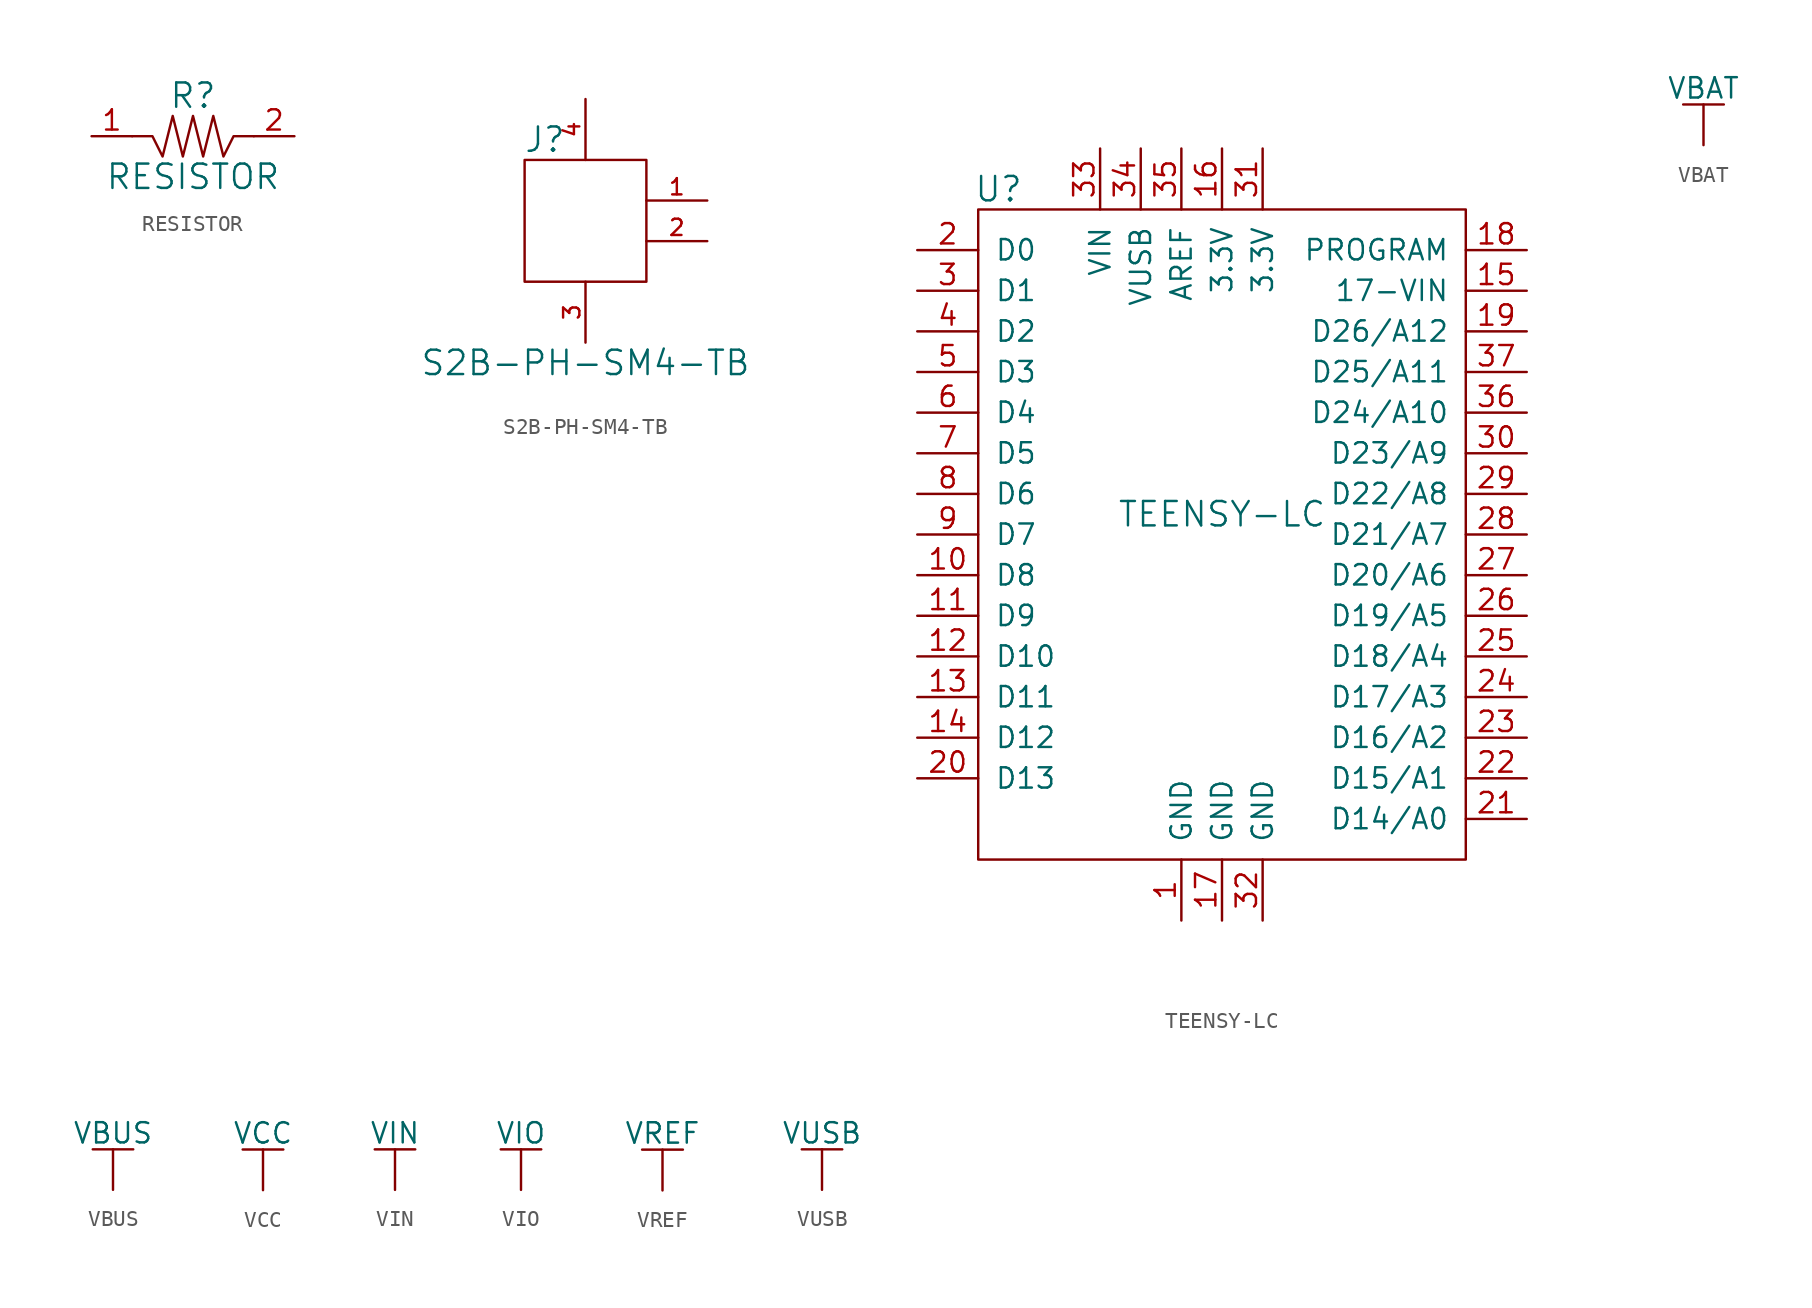
<source format=kicad_sym>
(kicad_symbol_lib
  (version 20211014)
  (generator kicad_symbol_editor)
  (symbol "RESISTOR"
    (pin_names
      (offset 1.016))
    (property "Reference" "R"
      (at 0 2.54 0)
      (effects (font (size 1.524 1.524))))
    (property "Value" "RESISTOR"
      (at 0 -2.54 0)
      (effects (font (size 1.524 1.524))))
    (property "Datasheet" ""
      (at 0 0 0)
      (effects (font (size 1.524 1.524))))
    (symbol "RESISTOR_0_1"
      (polyline (pts (xy -3.81 0) (xy -2.54 0) (xy -1.905 -1.27) (xy -1.27 1.27) (xy -0.635 -1.27) (xy 0 1.27) (xy 0.635 -1.27) (xy 1.27 1.27) (xy 1.905 -1.27) (xy 2.54 0) (xy 3.81 0)) (stroke (width 0) (type default) (color 0 0 0 0)) (fill (type none))))
    (symbol "RESISTOR_1_1"
      (pin passive line (at -6.35 0 0) (length 2.54) (name "~" (effects (font (size 1.27 1.27)))) (number "1" (effects (font (size 1.27 1.27)))))
      (pin passive line (at 6.35 0 180) (length 2.54) (name "~" (effects (font (size 1.27 1.27)))) (number "2" (effects (font (size 1.27 1.27)))))))
  (symbol "S2B-PH-SM4-TB"
    (pin_names
      (offset 1.016))
    (property "Reference" "J"
      (at -2.54 5.08 0)
      (effects (font (size 1.524 1.524))))
    (property "Value" "S2B-PH-SM4-TB"
      (at 0 -8.89 0)
      (effects (font (size 1.524 1.524))))
    (property "Datasheet" ""
      (at -1.27 0 0)
      (effects (font (size 1.524 1.524))))
    (symbol "S2B-PH-SM4-TB_0_0"
      (rectangle (start -3.81 3.81) (end 3.81 -3.81) (stroke (width 0) (type default) (color 0 0 0 0)) (fill (type none))))
    (symbol "S2B-PH-SM4-TB_1_1"
      (pin input line (at 7.62 1.27 180) (length 3.81) (name "~" (effects (font (size 1.016 1.016)))) (number "1" (effects (font (size 1.016 1.016)))))
      (pin input line (at 7.62 -1.27 180) (length 3.81) (name "~" (effects (font (size 1.016 1.016)))) (number "2" (effects (font (size 1.016 1.016)))))
      (pin input line (at 0 -7.62 90) (length 3.81) (name "~" (effects (font (size 1.016 1.016)))) (number "3" (effects (font (size 1.016 1.016)))))
      (pin input line (at 0 7.62 270) (length 3.81) (name "~" (effects (font (size 1.016 1.016)))) (number "4" (effects (font (size 1.016 1.016)))))))
  (symbol "TEENSY-LC"
    (pin_names
      (offset 1.016))
    (property "Reference" "U"
      (at -13.97 20.32 0)
      (effects (font (size 1.524 1.524))))
    (property "Value" "TEENSY-LC"
      (at 0 0 0)
      (effects (font (size 1.524 1.524))))
    (property "Datasheet" ""
      (at -7.62 7.62 0)
      (effects (font (size 1.524 1.524))))
    (symbol "TEENSY-LC_0_1"
      (rectangle (start -15.24 19.05) (end 15.24 -21.59) (stroke (width 0) (type default) (color 0 0 0 0)) (fill (type none))))
    (symbol "TEENSY-LC_1_1"
      (pin power_in line (at -2.54 -25.4 90) (length 3.81) (name "GND" (effects (font (size 1.27 1.27)))) (number "1" (effects (font (size 1.27 1.27)))))
      (pin bidirectional line (at -19.05 -3.81 0) (length 3.81) (name "D8" (effects (font (size 1.27 1.27)))) (number "10" (effects (font (size 1.27 1.27)))))
      (pin bidirectional line (at -19.05 -6.35 0) (length 3.81) (name "D9" (effects (font (size 1.27 1.27)))) (number "11" (effects (font (size 1.27 1.27)))))
      (pin bidirectional line (at -19.05 -8.89 0) (length 3.81) (name "D10" (effects (font (size 1.27 1.27)))) (number "12" (effects (font (size 1.27 1.27)))))
      (pin bidirectional line (at -19.05 -11.43 0) (length 3.81) (name "D11" (effects (font (size 1.27 1.27)))) (number "13" (effects (font (size 1.27 1.27)))))
      (pin bidirectional line (at -19.05 -13.97 0) (length 3.81) (name "D12" (effects (font (size 1.27 1.27)))) (number "14" (effects (font (size 1.27 1.27)))))
      (pin bidirectional line (at 19.05 13.97 180) (length 3.81) (name "17-VIN" (effects (font (size 1.27 1.27)))) (number "15" (effects (font (size 1.27 1.27)))))
      (pin power_out line (at 0 22.86 270) (length 3.81) (name "3.3V" (effects (font (size 1.27 1.27)))) (number "16" (effects (font (size 1.27 1.27)))))
      (pin power_out line (at 0 -25.4 90) (length 3.81) (name "GND" (effects (font (size 1.27 1.27)))) (number "17" (effects (font (size 1.27 1.27)))))
      (pin input line (at 19.05 16.51 180) (length 3.81) (name "PROGRAM" (effects (font (size 1.27 1.27)))) (number "18" (effects (font (size 1.27 1.27)))))
      (pin power_out line (at 19.05 11.43 180) (length 3.81) (name "D26/A12" (effects (font (size 1.27 1.27)))) (number "19" (effects (font (size 1.27 1.27)))))
      (pin bidirectional line (at -19.05 16.51 0) (length 3.81) (name "D0" (effects (font (size 1.27 1.27)))) (number "2" (effects (font (size 1.27 1.27)))))
      (pin bidirectional line (at -19.05 -16.51 0) (length 3.81) (name "D13" (effects (font (size 1.27 1.27)))) (number "20" (effects (font (size 1.27 1.27)))))
      (pin bidirectional line (at 19.05 -19.05 180) (length 3.81) (name "D14/A0" (effects (font (size 1.27 1.27)))) (number "21" (effects (font (size 1.27 1.27)))))
      (pin bidirectional line (at 19.05 -16.51 180) (length 3.81) (name "D15/A1" (effects (font (size 1.27 1.27)))) (number "22" (effects (font (size 1.27 1.27)))))
      (pin bidirectional line (at 19.05 -13.97 180) (length 3.81) (name "D16/A2" (effects (font (size 1.27 1.27)))) (number "23" (effects (font (size 1.27 1.27)))))
      (pin bidirectional line (at 19.05 -11.43 180) (length 3.81) (name "D17/A3" (effects (font (size 1.27 1.27)))) (number "24" (effects (font (size 1.27 1.27)))))
      (pin bidirectional line (at 19.05 -8.89 180) (length 3.81) (name "D18/A4" (effects (font (size 1.27 1.27)))) (number "25" (effects (font (size 1.27 1.27)))))
      (pin bidirectional line (at 19.05 -6.35 180) (length 3.81) (name "D19/A5" (effects (font (size 1.27 1.27)))) (number "26" (effects (font (size 1.27 1.27)))))
      (pin bidirectional line (at 19.05 -3.81 180) (length 3.81) (name "D20/A6" (effects (font (size 1.27 1.27)))) (number "27" (effects (font (size 1.27 1.27)))))
      (pin bidirectional line (at 19.05 -1.27 180) (length 3.81) (name "D21/A7" (effects (font (size 1.27 1.27)))) (number "28" (effects (font (size 1.27 1.27)))))
      (pin bidirectional line (at 19.05 1.27 180) (length 3.81) (name "D22/A8" (effects (font (size 1.27 1.27)))) (number "29" (effects (font (size 1.27 1.27)))))
      (pin bidirectional line (at -19.05 13.97 0) (length 3.81) (name "D1" (effects (font (size 1.27 1.27)))) (number "3" (effects (font (size 1.27 1.27)))))
      (pin bidirectional line (at 19.05 3.81 180) (length 3.81) (name "D23/A9" (effects (font (size 1.27 1.27)))) (number "30" (effects (font (size 1.27 1.27)))))
      (pin power_out line (at 2.54 22.86 270) (length 3.81) (name "3.3V" (effects (font (size 1.27 1.27)))) (number "31" (effects (font (size 1.27 1.27)))))
      (pin power_in line (at 2.54 -25.4 90) (length 3.81) (name "GND" (effects (font (size 1.27 1.27)))) (number "32" (effects (font (size 1.27 1.27)))))
      (pin power_in line (at -7.62 22.86 270) (length 3.81) (name "VIN" (effects (font (size 1.27 1.27)))) (number "33" (effects (font (size 1.27 1.27)))))
      (pin power_in line (at -5.08 22.86 270) (length 3.81) (name "VUSB" (effects (font (size 1.27 1.27)))) (number "34" (effects (font (size 1.27 1.27)))))
      (pin power_in line (at -2.54 22.86 270) (length 3.81) (name "AREF" (effects (font (size 1.27 1.27)))) (number "35" (effects (font (size 1.27 1.27)))))
      (pin power_in line (at 19.05 6.35 180) (length 3.81) (name "D24/A10" (effects (font (size 1.27 1.27)))) (number "36" (effects (font (size 1.27 1.27)))))
      (pin power_in line (at 19.05 8.89 180) (length 3.81) (name "D25/A11" (effects (font (size 1.27 1.27)))) (number "37" (effects (font (size 1.27 1.27)))))
      (pin bidirectional line (at -19.05 11.43 0) (length 3.81) (name "D2" (effects (font (size 1.27 1.27)))) (number "4" (effects (font (size 1.27 1.27)))))
      (pin bidirectional line (at -19.05 8.89 0) (length 3.81) (name "D3" (effects (font (size 1.27 1.27)))) (number "5" (effects (font (size 1.27 1.27)))))
      (pin bidirectional line (at -19.05 6.35 0) (length 3.81) (name "D4" (effects (font (size 1.27 1.27)))) (number "6" (effects (font (size 1.27 1.27)))))
      (pin bidirectional line (at -19.05 3.81 0) (length 3.81) (name "D5" (effects (font (size 1.27 1.27)))) (number "7" (effects (font (size 1.27 1.27)))))
      (pin bidirectional line (at -19.05 1.27 0) (length 3.81) (name "D6" (effects (font (size 1.27 1.27)))) (number "8" (effects (font (size 1.27 1.27)))))
      (pin bidirectional line (at -19.05 -1.27 0) (length 3.81) (name "D7" (effects (font (size 1.27 1.27)))) (number "9" (effects (font (size 1.27 1.27)))))))
  (symbol "VBAT"
    (power)
    (pin_names
      (offset 0))
    (property "Reference" "#PWR"
      (at 0 -3.81 0)
      (effects (font (size 1.27 1.27)) hide))
    (property "Value" "VBAT"
      (at 0 3.556 0)
      (effects (font (size 1.27 1.27))))
    (property "Footprint" ""
      (at 0 0 0)
      (effects (font (size 1.524 1.524))))
    (property "Datasheet" ""
      (at 0 0 0)
      (effects (font (size 1.524 1.524))))
    (symbol "VBAT_0_1"
      (polyline (pts (xy -1.27 2.54) (xy 1.27 2.54)) (stroke (width 0) (type default) (color 0 0 0 0)) (fill (type none)))
      (polyline (pts (xy 0 0) (xy 0 2.54)) (stroke (width 0) (type default) (color 0 0 0 0)) (fill (type none))))
    (symbol "VBAT_1_1"
      (pin power_in line (at 0 0 90) (length 0) hide (name "VBAT" (effects (font (size 1.27 1.27)))) (number "1" (effects (font (size 1.27 1.27)))))))
  (symbol "VBUS"
    (power)
    (pin_names
      (offset 0))
    (property "Reference" "#PWR"
      (at 0 -3.81 0)
      (effects (font (size 1.27 1.27)) hide))
    (property "Value" "VBUS"
      (at 0 3.556 0)
      (effects (font (size 1.27 1.27))))
    (property "Footprint" ""
      (at 0 0 0)
      (effects (font (size 1.524 1.524))))
    (property "Datasheet" ""
      (at 0 0 0)
      (effects (font (size 1.524 1.524))))
    (symbol "VBUS_0_1"
      (polyline (pts (xy -1.27 2.54) (xy 1.27 2.54)) (stroke (width 0) (type default) (color 0 0 0 0)) (fill (type none)))
      (polyline (pts (xy 0 0) (xy 0 2.54)) (stroke (width 0) (type default) (color 0 0 0 0)) (fill (type none))))
    (symbol "VBUS_1_1"
      (pin power_in line (at 0 0 90) (length 0) hide (name "VBUS" (effects (font (size 1.27 1.27)))) (number "1" (effects (font (size 1.27 1.27)))))))
  (symbol "VCC"
    (power)
    (pin_names
      (offset 0))
    (property "Reference" "#PWR"
      (at 0 -3.81 0)
      (effects (font (size 1.27 1.27)) hide))
    (property "Value" "VCC"
      (at 0 3.556 0)
      (effects (font (size 1.27 1.27))))
    (property "Footprint" ""
      (at 0 0 0)
      (effects (font (size 1.524 1.524))))
    (property "Datasheet" ""
      (at 0 0 0)
      (effects (font (size 1.524 1.524))))
    (symbol "VCC_0_1"
      (polyline (pts (xy -1.27 2.54) (xy 1.27 2.54)) (stroke (width 0) (type default) (color 0 0 0 0)) (fill (type none)))
      (polyline (pts (xy 0 0) (xy 0 2.54)) (stroke (width 0) (type default) (color 0 0 0 0)) (fill (type none))))
    (symbol "VCC_1_1"
      (pin power_in line (at 0 0 90) (length 0) hide (name "VCC" (effects (font (size 1.27 1.27)))) (number "1" (effects (font (size 1.27 1.27)))))))
  (symbol "VIN"
    (power)
    (pin_names
      (offset 0))
    (property "Reference" "#PWR"
      (at 0 -3.81 0)
      (effects (font (size 1.27 1.27)) hide))
    (property "Value" "VIN"
      (at 0 3.556 0)
      (effects (font (size 1.27 1.27))))
    (property "Footprint" ""
      (at 0 0 0)
      (effects (font (size 1.524 1.524))))
    (property "Datasheet" ""
      (at 0 0 0)
      (effects (font (size 1.524 1.524))))
    (symbol "VIN_0_1"
      (polyline (pts (xy -1.27 2.54) (xy 1.27 2.54)) (stroke (width 0) (type default) (color 0 0 0 0)) (fill (type none)))
      (polyline (pts (xy 0 0) (xy 0 2.54)) (stroke (width 0) (type default) (color 0 0 0 0)) (fill (type none))))
    (symbol "VIN_1_1"
      (pin power_in line (at 0 0 90) (length 0) hide (name "VIN" (effects (font (size 1.27 1.27)))) (number "1" (effects (font (size 1.27 1.27)))))))
  (symbol "VIO"
    (power)
    (pin_names
      (offset 0))
    (property "Reference" "#PWR"
      (at 0 -3.81 0)
      (effects (font (size 1.27 1.27)) hide))
    (property "Value" "VIO"
      (at 0 3.556 0)
      (effects (font (size 1.27 1.27))))
    (property "Footprint" ""
      (at 0 0 0)
      (effects (font (size 1.524 1.524))))
    (property "Datasheet" ""
      (at 0 0 0)
      (effects (font (size 1.524 1.524))))
    (symbol "VIO_0_1"
      (polyline (pts (xy -1.27 2.54) (xy 1.27 2.54)) (stroke (width 0) (type default) (color 0 0 0 0)) (fill (type none)))
      (polyline (pts (xy 0 0) (xy 0 2.54)) (stroke (width 0) (type default) (color 0 0 0 0)) (fill (type none))))
    (symbol "VIO_1_1"
      (pin power_in line (at 0 0 90) (length 0) hide (name "VIO" (effects (font (size 1.27 1.27)))) (number "1" (effects (font (size 1.27 1.27)))))))
  (symbol "VREF"
    (power)
    (pin_names
      (offset 0))
    (property "Reference" "#PWR"
      (at 0 -3.81 0)
      (effects (font (size 1.27 1.27)) hide))
    (property "Value" "VREF"
      (at 0 3.556 0)
      (effects (font (size 1.27 1.27))))
    (property "Footprint" ""
      (at 0 0 0)
      (effects (font (size 1.524 1.524))))
    (property "Datasheet" ""
      (at 0 0 0)
      (effects (font (size 1.524 1.524))))
    (symbol "VREF_0_1"
      (polyline (pts (xy -1.27 2.54) (xy 1.27 2.54)) (stroke (width 0) (type default) (color 0 0 0 0)) (fill (type none)))
      (polyline (pts (xy 0 0) (xy 0 2.54)) (stroke (width 0) (type default) (color 0 0 0 0)) (fill (type none))))
    (symbol "VREF_1_1"
      (pin power_in line (at 0 0 90) (length 0) hide (name "VREF" (effects (font (size 1.27 1.27)))) (number "1" (effects (font (size 1.27 1.27)))))))
  (symbol "VUSB"
    (power)
    (pin_names
      (offset 0))
    (property "Reference" "#PWR"
      (at 0 -3.81 0)
      (effects (font (size 1.27 1.27)) hide))
    (property "Value" "VUSB"
      (at 0 3.556 0)
      (effects (font (size 1.27 1.27))))
    (property "Footprint" ""
      (at 0 0 0)
      (effects (font (size 1.524 1.524))))
    (property "Datasheet" ""
      (at 0 0 0)
      (effects (font (size 1.524 1.524))))
    (symbol "VUSB_0_1"
      (polyline (pts (xy -1.27 2.54) (xy 1.27 2.54)) (stroke (width 0) (type default) (color 0 0 0 0)) (fill (type none)))
      (polyline (pts (xy 0 0) (xy 0 2.54)) (stroke (width 0) (type default) (color 0 0 0 0)) (fill (type none))))
    (symbol "VUSB_1_1"
      (pin power_in line (at 0 0 90) (length 0) hide (name "VUSB" (effects (font (size 1.27 1.27)))) (number "1" (effects (font (size 1.27 1.27))))))))
</source>
